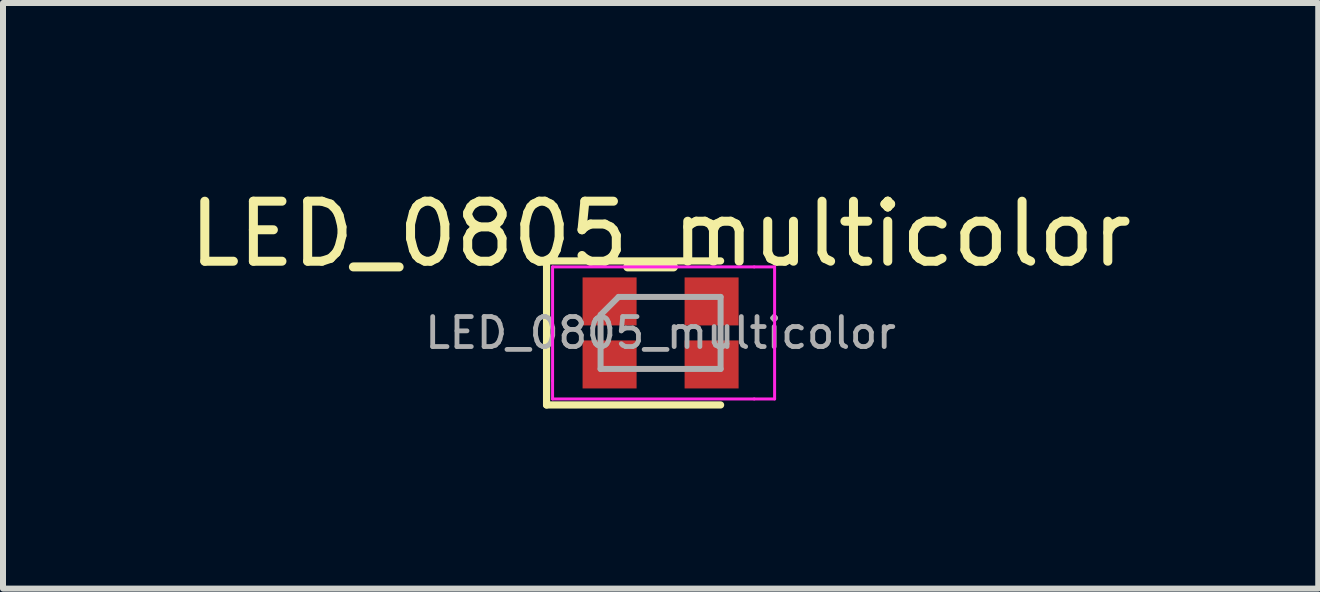
<source format=kicad_pcb>
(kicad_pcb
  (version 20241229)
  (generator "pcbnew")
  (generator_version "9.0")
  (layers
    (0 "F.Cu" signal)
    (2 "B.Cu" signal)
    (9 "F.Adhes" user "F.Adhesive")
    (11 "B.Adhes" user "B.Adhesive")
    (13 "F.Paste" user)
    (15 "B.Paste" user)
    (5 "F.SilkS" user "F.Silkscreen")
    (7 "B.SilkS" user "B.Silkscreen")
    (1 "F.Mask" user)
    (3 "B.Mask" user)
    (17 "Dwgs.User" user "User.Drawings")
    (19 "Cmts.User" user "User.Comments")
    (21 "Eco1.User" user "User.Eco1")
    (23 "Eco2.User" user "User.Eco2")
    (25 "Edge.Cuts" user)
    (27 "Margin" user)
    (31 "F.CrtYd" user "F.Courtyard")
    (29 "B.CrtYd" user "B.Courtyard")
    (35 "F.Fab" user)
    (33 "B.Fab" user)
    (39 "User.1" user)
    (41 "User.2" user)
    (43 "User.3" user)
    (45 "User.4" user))
  (footprint "LED_0805_multicolor"
    (layer "F.Cu")
    (at 7.958 2.498)
    (property "Reference" "LED_0805_multicolor" (at 0 -1.65 0) (layer "F.SilkS") (effects (font (size 1 1) (thickness 0.15))))
    (attr smd)
    (fp_line (start -1.9 -1.2) (end -1.9 1.2) (stroke (width 0.12) (type solid)) (layer "F.SilkS"))
    (fp_line (start -1.9 1.2) (end 1 1.2) (stroke (width 0.12) (type solid)) (layer "F.SilkS"))
    (fp_line (start 1 -1.2) (end -1.9 -1.2) (stroke (width 0.12) (type solid)) (layer "F.SilkS"))
    (fp_line (start -1.8 -1.1) (end 1.56 -1.1) (stroke (width 0.05) (type solid)) (layer "F.CrtYd"))
    (fp_line (start -1.8 0.8) (end -1.8 -1.1) (stroke (width 0.05) (type solid)) (layer "F.CrtYd"))
    (fp_line (start -1.8 0.8) (end -1.8 1.1) (stroke (width 0.05) (type solid)) (layer "F.CrtYd"))
    (fp_line (start 1.56 -1.1) (end 1.9 -1.1) (stroke (width 0.05) (type solid)) (layer "F.CrtYd"))
    (fp_line (start 1.56 1.1) (end -1.8 1.1) (stroke (width 0.05) (type solid)) (layer "F.CrtYd"))
    (fp_line (start 1.9 -1.1) (end 1.9 1.1) (stroke (width 0.05) (type solid)) (layer "F.CrtYd"))
    (fp_line (start 1.9 1.1) (end 1.56 1.1) (stroke (width 0.05) (type solid)) (layer "F.CrtYd"))
    (fp_line (start -1 -0.3) (end -1 0.6) (stroke (width 0.1) (type solid)) (layer "F.Fab"))
    (fp_line (start -1 0.6) (end 1 0.6) (stroke (width 0.1) (type solid)) (layer "F.Fab"))
    (fp_line (start -0.7 -0.6) (end -1 -0.3) (stroke (width 0.1) (type solid)) (layer "F.Fab"))
    (fp_line (start 1 -0.6) (end -0.7 -0.6) (stroke (width 0.1) (type solid)) (layer "F.Fab"))
    (fp_line (start 1 0.6) (end 1 -0.6) (stroke (width 0.1) (type solid)) (layer "F.Fab"))
    (fp_text user "${REFERENCE}" (at 0 0 0) (layer "F.Fab") (effects (font (size 0.5 0.5) (thickness 0.08))))
    (pad "1" smd rect (at -0.85 0.525) (size 0.9 0.8) (layers "F.Cu" "F.Mask" "F.Paste"))
    (pad "2" smd rect (at -0.85 -0.525) (size 0.9 0.8) (layers "F.Cu" "F.Mask" "F.Paste"))
    (pad "3" smd rect (at 0.85 -0.525) (size 0.9 0.8) (layers "F.Cu" "F.Mask" "F.Paste"))
    (pad "4" smd rect (at 0.85 0.525) (size 0.9 0.8) (layers "F.Cu" "F.Mask" "F.Paste")))
  (gr_rect
    (start -3 -3)
    (end 18.917 6.758)
    (stroke (width 0.1) (type default))
    (fill no)
    (layer "Edge.Cuts")))
</source>
